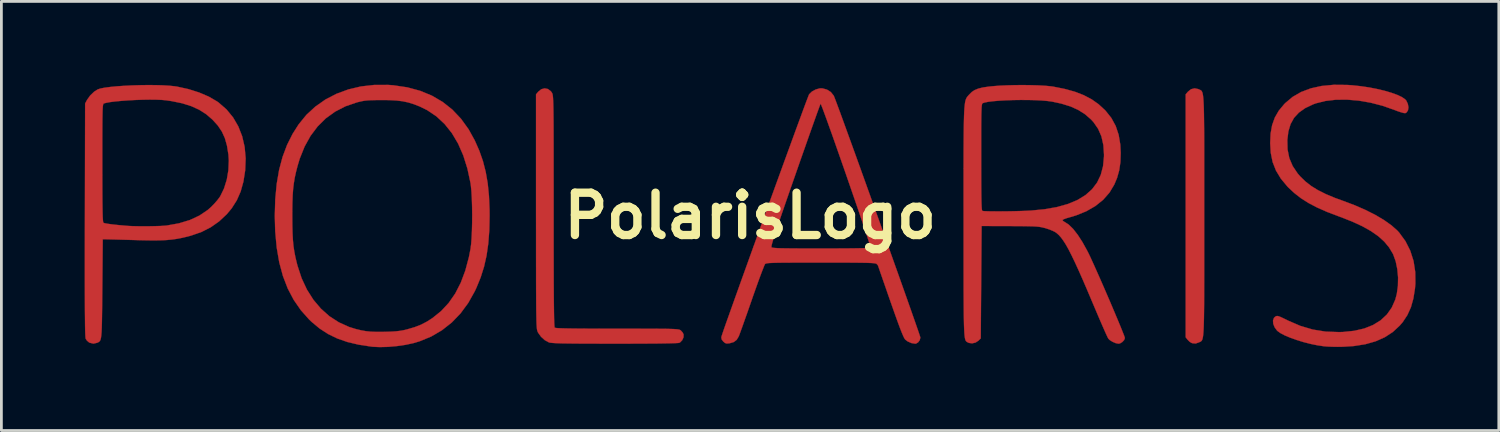
<source format=kicad_pcb>
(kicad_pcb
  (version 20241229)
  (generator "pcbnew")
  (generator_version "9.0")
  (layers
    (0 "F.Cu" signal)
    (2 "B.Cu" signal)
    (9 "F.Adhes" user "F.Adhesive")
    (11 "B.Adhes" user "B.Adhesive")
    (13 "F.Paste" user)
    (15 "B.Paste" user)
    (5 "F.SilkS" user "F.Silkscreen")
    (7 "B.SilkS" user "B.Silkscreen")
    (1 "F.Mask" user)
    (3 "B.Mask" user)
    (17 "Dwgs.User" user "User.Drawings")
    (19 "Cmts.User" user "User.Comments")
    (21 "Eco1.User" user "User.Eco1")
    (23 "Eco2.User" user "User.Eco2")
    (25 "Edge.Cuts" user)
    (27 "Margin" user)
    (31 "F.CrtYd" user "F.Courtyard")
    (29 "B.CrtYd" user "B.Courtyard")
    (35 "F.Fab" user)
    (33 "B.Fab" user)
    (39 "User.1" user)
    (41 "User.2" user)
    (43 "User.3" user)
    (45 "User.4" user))
  (footprint "PolarisLogo"
    (layer "F.Cu")
    (at 23.971 4.725)
    (property "Reference" "PolarisLogo" (at 0 0 0) (layer "F.SilkS") (effects (font (size 1.524 1.524) (thickness 0.3))))
    (attr through_hole)
    (fp_poly (pts (xy 16.137 -4.567) (xy 16.156 -4.558) (xy 16.184 -4.546) (xy 16.208 -4.535) (xy 16.23 -4.523) (xy 16.25 -4.508) (xy 16.267 -4.484) (xy 16.282 -4.451) (xy 16.296 -4.403) (xy 16.307 -4.339) (xy 16.317 -4.255) (xy 16.325 -4.148) (xy 16.332 -4.015) (xy 16.338 -3.852) (xy 16.342 -3.657) (xy 16.345 -3.427) (xy 16.348 -3.157) (xy 16.35 -2.846) (xy 16.351 -2.49) (xy 16.351 -2.085) (xy 16.351 -1.629) (xy 16.351 -1.119) (xy 16.351 -0.551) (xy 16.351 0) (xy 16.351 0.621) (xy 16.351 1.182) (xy 16.351 1.686) (xy 16.351 2.135) (xy 16.35 2.534) (xy 16.349 2.884) (xy 16.348 3.191) (xy 16.345 3.455) (xy 16.342 3.681) (xy 16.337 3.872) (xy 16.332 4.031) (xy 16.325 4.161) (xy 16.317 4.265) (xy 16.307 4.347) (xy 16.295 4.409) (xy 16.282 4.454) (xy 16.267 4.486) (xy 16.249 4.508) (xy 16.23 4.523) (xy 16.208 4.535) (xy 16.184 4.545) (xy 16.162 4.556) (xy 16.043 4.597) (xy 15.931 4.588) (xy 15.887 4.573) (xy 15.821 4.529) (xy 15.754 4.461) (xy 15.752 4.459) (xy 15.684 4.373) (xy 15.684 -4.377) (xy 15.766 -4.473) (xy 15.877 -4.562) (xy 16.005 -4.594) (xy 16.137 -4.567)) (stroke (width 0.01) (type solid)) (fill yes) (layer "F.Cu"))
    (fp_poly (pts (xy -7.286 -4.569) (xy -7.181 -4.489) (xy -7.144 -4.438) (xy -7.135 -4.422) (xy -7.127 -4.403) (xy -7.119 -4.379) (xy -7.113 -4.345) (xy -7.107 -4.299) (xy -7.102 -4.237) (xy -7.098 -4.156) (xy -7.094 -4.053) (xy -7.091 -3.925) (xy -7.088 -3.767) (xy -7.086 -3.577) (xy -7.084 -3.352) (xy -7.083 -3.088) (xy -7.082 -2.782) (xy -7.081 -2.431) (xy -7.081 -2.031) (xy -7.081 -1.579) (xy -7.08 -1.072) (xy -7.08 -0.507) (xy -7.08 -0.173) (xy -7.08 0.457) (xy -7.08 1.027) (xy -7.079 1.538) (xy -7.078 1.993) (xy -7.077 2.395) (xy -7.075 2.746) (xy -7.073 3.048) (xy -7.07 3.304) (xy -7.067 3.517) (xy -7.064 3.69) (xy -7.06 3.823) (xy -7.055 3.921) (xy -7.05 3.986) (xy -7.045 4.02) (xy -7.042 4.026) (xy -7.019 4.034) (xy -6.963 4.041) (xy -6.872 4.046) (xy -6.743 4.051) (xy -6.571 4.055) (xy -6.353 4.058) (xy -6.087 4.061) (xy -5.768 4.062) (xy -5.394 4.064) (xy -4.961 4.064) (xy -4.792 4.064) (xy -4.364 4.064) (xy -3.994 4.064) (xy -3.679 4.065) (xy -3.414 4.066) (xy -3.194 4.067) (xy -3.015 4.069) (xy -2.872 4.072) (xy -2.761 4.076) (xy -2.676 4.081) (xy -2.615 4.087) (xy -2.571 4.095) (xy -2.541 4.103) (xy -2.519 4.114) (xy -2.502 4.126) (xy -2.5 4.127) (xy -2.436 4.198) (xy -2.4 4.27) (xy -2.403 4.373) (xy -2.449 4.477) (xy -2.524 4.555) (xy -2.559 4.573) (xy -2.607 4.579) (xy -2.714 4.584) (xy -2.877 4.589) (xy -3.094 4.593) (xy -3.36 4.597) (xy -3.672 4.599) (xy -4.027 4.601) (xy -4.42 4.602) (xy -4.85 4.602) (xy -4.884 4.602) (xy -5.331 4.602) (xy -5.72 4.601) (xy -6.053 4.6) (xy -6.336 4.598) (xy -6.572 4.595) (xy -6.765 4.592) (xy -6.919 4.588) (xy -7.04 4.582) (xy -7.13 4.576) (xy -7.195 4.569) (xy -7.238 4.561) (xy -7.251 4.557) (xy -7.398 4.477) (xy -7.535 4.353) (xy -7.64 4.206) (xy -7.655 4.175) (xy -7.663 4.155) (xy -7.671 4.131) (xy -7.678 4.099) (xy -7.684 4.056) (xy -7.689 3.999) (xy -7.694 3.925) (xy -7.698 3.83) (xy -7.701 3.711) (xy -7.704 3.565) (xy -7.707 3.388) (xy -7.709 3.178) (xy -7.71 2.931) (xy -7.712 2.643) (xy -7.713 2.312) (xy -7.713 1.934) (xy -7.714 1.506) (xy -7.714 1.024) (xy -7.714 0.486) (xy -7.715 -0.112) (xy -7.715 -0.164) (xy -7.715 -4.377) (xy -7.635 -4.472) (xy -7.526 -4.561) (xy -7.405 -4.593) (xy -7.286 -4.569)) (stroke (width 0.01) (type solid)) (fill yes) (layer "F.Cu"))
    (fp_poly (pts (xy 21.493 -4.716) (xy 21.678 -4.704) (xy 21.986 -4.671) (xy 22.29 -4.626) (xy 22.582 -4.569) (xy 22.854 -4.504) (xy 23.098 -4.432) (xy 23.307 -4.356) (xy 23.473 -4.278) (xy 23.587 -4.199) (xy 23.629 -4.153) (xy 23.686 -4.031) (xy 23.707 -3.909) (xy 23.691 -3.802) (xy 23.64 -3.725) (xy 23.595 -3.7) (xy 23.541 -3.704) (xy 23.443 -3.73) (xy 23.313 -3.773) (xy 23.211 -3.812) (xy 22.783 -3.963) (xy 22.348 -4.076) (xy 21.916 -4.151) (xy 21.494 -4.186) (xy 21.091 -4.183) (xy 20.717 -4.139) (xy 20.379 -4.055) (xy 20.272 -4.016) (xy 19.988 -3.881) (xy 19.761 -3.72) (xy 19.586 -3.53) (xy 19.461 -3.304) (xy 19.382 -3.039) (xy 19.345 -2.731) (xy 19.353 -2.391) (xy 19.416 -2.081) (xy 19.537 -1.795) (xy 19.716 -1.528) (xy 19.81 -1.42) (xy 19.995 -1.24) (xy 20.204 -1.077) (xy 20.445 -0.928) (xy 20.727 -0.786) (xy 21.057 -0.648) (xy 21.352 -0.541) (xy 21.773 -0.382) (xy 22.164 -0.211) (xy 22.52 -0.031) (xy 22.833 0.155) (xy 23.098 0.344) (xy 23.309 0.531) (xy 23.371 0.599) (xy 23.599 0.911) (xy 23.772 1.254) (xy 23.891 1.625) (xy 23.952 2.021) (xy 23.957 2.439) (xy 23.943 2.612) (xy 23.885 2.976) (xy 23.796 3.293) (xy 23.669 3.572) (xy 23.503 3.824) (xy 23.395 3.95) (xy 23.145 4.182) (xy 22.857 4.37) (xy 22.527 4.517) (xy 22.155 4.623) (xy 21.736 4.689) (xy 21.352 4.714) (xy 21.163 4.717) (xy 20.965 4.714) (xy 20.784 4.706) (xy 20.66 4.696) (xy 20.426 4.661) (xy 20.177 4.61) (xy 19.925 4.545) (xy 19.68 4.47) (xy 19.453 4.389) (xy 19.255 4.306) (xy 19.097 4.223) (xy 18.989 4.145) (xy 18.977 4.134) (xy 18.888 4.014) (xy 18.838 3.888) (xy 18.829 3.771) (xy 18.863 3.675) (xy 18.907 3.632) (xy 18.942 3.613) (xy 18.976 3.605) (xy 19.023 3.612) (xy 19.091 3.637) (xy 19.193 3.684) (xy 19.338 3.755) (xy 19.376 3.774) (xy 19.817 3.964) (xy 20.264 4.095) (xy 20.726 4.169) (xy 21.212 4.186) (xy 21.348 4.182) (xy 21.755 4.14) (xy 22.118 4.056) (xy 22.435 3.929) (xy 22.707 3.761) (xy 22.931 3.552) (xy 23.107 3.302) (xy 23.234 3.014) (xy 23.288 2.81) (xy 23.328 2.522) (xy 23.334 2.219) (xy 23.306 1.918) (xy 23.248 1.637) (xy 23.16 1.393) (xy 23.144 1.36) (xy 23.008 1.134) (xy 22.834 0.925) (xy 22.619 0.731) (xy 22.357 0.548) (xy 22.045 0.373) (xy 21.678 0.204) (xy 21.253 0.038) (xy 21.193 0.016) (xy 20.78 -0.141) (xy 20.421 -0.299) (xy 20.11 -0.462) (xy 19.837 -0.635) (xy 19.595 -0.823) (xy 19.374 -1.03) (xy 19.343 -1.063) (xy 19.11 -1.344) (xy 18.936 -1.632) (xy 18.816 -1.938) (xy 18.748 -2.272) (xy 18.727 -2.619) (xy 18.743 -2.967) (xy 18.798 -3.271) (xy 18.895 -3.542) (xy 19.037 -3.788) (xy 19.229 -4.02) (xy 19.272 -4.064) (xy 19.537 -4.286) (xy 19.843 -4.462) (xy 20.191 -4.593) (xy 20.581 -4.679) (xy 21.015 -4.72) (xy 21.493 -4.716)) (stroke (width 0.01) (type solid)) (fill yes) (layer "F.Cu"))
    (fp_poly (pts (xy -12.852 -4.703) (xy -12.351 -4.629) (xy -11.888 -4.504) (xy -11.464 -4.329) (xy -11.077 -4.103) (xy -10.728 -3.826) (xy -10.417 -3.497) (xy -10.143 -3.118) (xy -9.921 -2.716) (xy -9.758 -2.347) (xy -9.627 -1.973) (xy -9.527 -1.584) (xy -9.455 -1.17) (xy -9.41 -0.721) (xy -9.389 -0.226) (xy -9.387 0) (xy -9.398 0.521) (xy -9.434 0.993) (xy -9.496 1.426) (xy -9.587 1.83) (xy -9.708 2.214) (xy -9.862 2.59) (xy -9.921 2.716) (xy -10.158 3.138) (xy -10.435 3.513) (xy -10.751 3.841) (xy -11.104 4.119) (xy -11.49 4.345) (xy -11.907 4.517) (xy -12.13 4.583) (xy -12.416 4.645) (xy -12.727 4.69) (xy -13.042 4.718) (xy -13.341 4.726) (xy -13.604 4.714) (xy -13.637 4.71) (xy -14.097 4.64) (xy -14.507 4.543) (xy -14.873 4.416) (xy -15.205 4.255) (xy -15.51 4.057) (xy -15.797 3.818) (xy -15.886 3.733) (xy -16.185 3.397) (xy -16.442 3.026) (xy -16.657 2.617) (xy -16.83 2.168) (xy -16.963 1.676) (xy -17.055 1.14) (xy -17.109 0.558) (xy -17.124 0) (xy -16.494 0) (xy -16.492 0.333) (xy -16.485 0.616) (xy -16.472 0.859) (xy -16.452 1.077) (xy -16.422 1.28) (xy -16.383 1.482) (xy -16.332 1.695) (xy -16.305 1.799) (xy -16.157 2.248) (xy -15.966 2.656) (xy -15.734 3.022) (xy -15.464 3.341) (xy -15.159 3.613) (xy -14.819 3.833) (xy -14.448 4.001) (xy -14.198 4.078) (xy -14.015 4.122) (xy -13.846 4.152) (xy -13.674 4.17) (xy -13.48 4.178) (xy -13.248 4.178) (xy -13.145 4.176) (xy -12.924 4.169) (xy -12.748 4.157) (xy -12.6 4.139) (xy -12.46 4.113) (xy -12.351 4.086) (xy -12.083 4.007) (xy -11.854 3.918) (xy -11.642 3.807) (xy -11.446 3.681) (xy -11.134 3.43) (xy -10.861 3.136) (xy -10.625 2.797) (xy -10.426 2.409) (xy -10.262 1.972) (xy -10.132 1.484) (xy -10.075 1.191) (xy -10.052 1.016) (xy -10.035 0.791) (xy -10.023 0.53) (xy -10.016 0.244) (xy -10.014 -0.052) (xy -10.018 -0.346) (xy -10.027 -0.625) (xy -10.041 -0.875) (xy -10.061 -1.083) (xy -10.074 -1.18) (xy -10.186 -1.702) (xy -10.335 -2.177) (xy -10.522 -2.604) (xy -10.746 -2.981) (xy -11.007 -3.308) (xy -11.303 -3.584) (xy -11.635 -3.808) (xy -11.909 -3.942) (xy -12.119 -4.024) (xy -12.318 -4.085) (xy -12.519 -4.128) (xy -12.739 -4.155) (xy -12.992 -4.169) (xy -13.271 -4.172) (xy -13.488 -4.17) (xy -13.655 -4.166) (xy -13.786 -4.159) (xy -13.897 -4.147) (xy -14.001 -4.128) (xy -14.111 -4.102) (xy -14.172 -4.086) (xy -14.58 -3.946) (xy -14.952 -3.754) (xy -15.286 -3.513) (xy -15.581 -3.221) (xy -15.837 -2.881) (xy -16.052 -2.493) (xy -16.226 -2.059) (xy -16.304 -1.799) (xy -16.361 -1.577) (xy -16.406 -1.372) (xy -16.439 -1.17) (xy -16.464 -0.961) (xy -16.48 -0.73) (xy -16.49 -0.467) (xy -16.494 -0.158) (xy -16.494 0) (xy -17.124 0) (xy -17.107 -0.6) (xy -17.055 -1.151) (xy -16.968 -1.657) (xy -16.844 -2.124) (xy -16.682 -2.555) (xy -16.48 -2.957) (xy -16.264 -3.296) (xy -15.985 -3.639) (xy -15.661 -3.937) (xy -15.299 -4.191) (xy -14.901 -4.397) (xy -14.472 -4.555) (xy -14.017 -4.662) (xy -13.538 -4.716) (xy -13.041 -4.717) (xy -12.852 -4.703)) (stroke (width 0.01) (type solid)) (fill yes) (layer "F.Cu"))
    (fp_poly (pts (xy -21.418 -4.709) (xy -21.157 -4.702) (xy -20.924 -4.688) (xy -20.727 -4.668) (xy -20.653 -4.657) (xy -20.237 -4.566) (xy -19.851 -4.444) (xy -19.504 -4.296) (xy -19.206 -4.123) (xy -19.143 -4.078) (xy -18.863 -3.834) (xy -18.627 -3.547) (xy -18.439 -3.224) (xy -18.299 -2.868) (xy -18.21 -2.484) (xy -18.173 -2.076) (xy -18.19 -1.65) (xy -18.191 -1.634) (xy -18.254 -1.233) (xy -18.353 -0.878) (xy -18.492 -0.562) (xy -18.674 -0.275) (xy -18.854 -0.059) (xy -19.13 0.199) (xy -19.43 0.41) (xy -19.765 0.58) (xy -20.143 0.712) (xy -20.271 0.746) (xy -20.466 0.792) (xy -20.652 0.828) (xy -20.839 0.854) (xy -21.04 0.872) (xy -21.264 0.881) (xy -21.522 0.884) (xy -21.826 0.879) (xy -22.048 0.874) (xy -22.288 0.867) (xy -22.518 0.861) (xy -22.727 0.855) (xy -22.905 0.85) (xy -23.039 0.847) (xy -23.114 0.845) (xy -23.32 0.841) (xy -23.336 2.619) (xy -23.34 3.011) (xy -23.343 3.344) (xy -23.347 3.623) (xy -23.351 3.854) (xy -23.356 4.041) (xy -23.363 4.19) (xy -23.373 4.304) (xy -23.384 4.39) (xy -23.399 4.452) (xy -23.417 4.495) (xy -23.44 4.524) (xy -23.466 4.544) (xy -23.498 4.56) (xy -23.519 4.57) (xy -23.655 4.601) (xy -23.791 4.569) (xy -23.816 4.556) (xy -23.891 4.492) (xy -23.936 4.422) (xy -23.941 4.392) (xy -23.946 4.326) (xy -23.951 4.223) (xy -23.955 4.082) (xy -23.958 3.898) (xy -23.96 3.671) (xy -23.963 3.399) (xy -23.964 3.077) (xy -23.965 2.706) (xy -23.966 2.282) (xy -23.966 1.803) (xy -23.966 1.266) (xy -23.965 0.671) (xy -23.964 0.143) (xy -23.96 -1.905) (xy -23.336 -1.905) (xy -23.336 -1.471) (xy -23.335 -1.095) (xy -23.334 -0.776) (xy -23.332 -0.508) (xy -23.329 -0.288) (xy -23.326 -0.112) (xy -23.322 0.025) (xy -23.316 0.125) (xy -23.31 0.193) (xy -23.303 0.233) (xy -23.295 0.248) (xy -23.245 0.266) (xy -23.135 0.286) (xy -22.971 0.308) (xy -22.758 0.331) (xy -22.501 0.354) (xy -22.431 0.36) (xy -22.282 0.368) (xy -22.092 0.373) (xy -21.877 0.375) (xy -21.653 0.374) (xy -21.437 0.37) (xy -21.242 0.364) (xy -21.086 0.354) (xy -21.018 0.348) (xy -20.577 0.269) (xy -20.184 0.15) (xy -19.838 -0.011) (xy -19.54 -0.212) (xy -19.422 -0.316) (xy -19.307 -0.433) (xy -19.198 -0.558) (xy -19.112 -0.671) (xy -19.087 -0.709) (xy -18.952 -0.987) (xy -18.853 -1.304) (xy -18.795 -1.642) (xy -18.78 -1.988) (xy -18.794 -2.207) (xy -18.845 -2.526) (xy -18.921 -2.798) (xy -19.03 -3.037) (xy -19.178 -3.256) (xy -19.368 -3.466) (xy -19.594 -3.661) (xy -19.846 -3.822) (xy -20.131 -3.952) (xy -20.458 -4.055) (xy -20.833 -4.132) (xy -21.034 -4.162) (xy -21.197 -4.177) (xy -21.4 -4.185) (xy -21.633 -4.187) (xy -21.884 -4.183) (xy -22.145 -4.174) (xy -22.403 -4.16) (xy -22.649 -4.142) (xy -22.872 -4.121) (xy -23.061 -4.097) (xy -23.205 -4.07) (xy -23.281 -4.048) (xy -23.292 -4.041) (xy -23.301 -4.025) (xy -23.309 -3.996) (xy -23.316 -3.95) (xy -23.321 -3.883) (xy -23.326 -3.789) (xy -23.329 -3.664) (xy -23.332 -3.504) (xy -23.334 -3.304) (xy -23.335 -3.059) (xy -23.336 -2.766) (xy -23.336 -2.419) (xy -23.336 -2.015) (xy -23.336 -1.905) (xy -23.96 -1.905) (xy -23.955 -4.048) (xy -23.887 -4.175) (xy -23.775 -4.333) (xy -23.63 -4.472) (xy -23.503 -4.554) (xy -23.403 -4.587) (xy -23.25 -4.617) (xy -23.051 -4.643) (xy -22.817 -4.666) (xy -22.555 -4.684) (xy -22.275 -4.698) (xy -21.986 -4.707) (xy -21.697 -4.711) (xy -21.418 -4.709)) (stroke (width 0.01) (type solid)) (fill yes) (layer "F.Cu"))
    (fp_poly (pts (xy 2.762 -4.549) (xy 2.904 -4.459) (xy 3.005 -4.333) (xy 3.018 -4.305) (xy 3.044 -4.24) (xy 3.089 -4.122) (xy 3.152 -3.953) (xy 3.231 -3.74) (xy 3.324 -3.485) (xy 3.43 -3.193) (xy 3.548 -2.868) (xy 3.677 -2.513) (xy 3.814 -2.134) (xy 3.958 -1.734) (xy 4.108 -1.317) (xy 4.262 -0.887) (xy 4.42 -0.449) (xy 4.578 -0.006) (xy 4.737 0.437) (xy 4.894 0.876) (xy 5.048 1.308) (xy 5.197 1.727) (xy 5.341 2.131) (xy 5.477 2.514) (xy 5.604 2.873) (xy 5.721 3.204) (xy 5.826 3.503) (xy 5.918 3.765) (xy 5.995 3.986) (xy 6.056 4.162) (xy 6.099 4.29) (xy 6.123 4.365) (xy 6.128 4.384) (xy 6.105 4.477) (xy 6.046 4.556) (xy 5.971 4.6) (xy 5.945 4.604) (xy 5.806 4.581) (xy 5.671 4.522) (xy 5.581 4.453) (xy 5.552 4.411) (xy 5.514 4.334) (xy 5.464 4.217) (xy 5.401 4.058) (xy 5.324 3.851) (xy 5.231 3.594) (xy 5.121 3.282) (xy 5.051 3.084) (xy 4.956 2.813) (xy 4.869 2.56) (xy 4.79 2.334) (xy 4.722 2.138) (xy 4.668 1.981) (xy 4.629 1.867) (xy 4.607 1.804) (xy 4.604 1.792) (xy 4.584 1.765) (xy 4.554 1.733) (xy 4.538 1.722) (xy 4.51 1.714) (xy 4.465 1.706) (xy 4.399 1.7) (xy 4.306 1.695) (xy 4.182 1.691) (xy 4.022 1.688) (xy 3.822 1.686) (xy 3.577 1.684) (xy 3.283 1.683) (xy 2.934 1.683) (xy 2.543 1.683) (xy 2.14 1.683) (xy 1.796 1.683) (xy 1.506 1.684) (xy 1.265 1.685) (xy 1.068 1.687) (xy 0.912 1.69) (xy 0.79 1.694) (xy 0.699 1.698) (xy 0.633 1.704) (xy 0.588 1.712) (xy 0.558 1.72) (xy 0.54 1.731) (xy 0.532 1.738) (xy 0.511 1.78) (xy 0.473 1.875) (xy 0.418 2.016) (xy 0.35 2.197) (xy 0.272 2.411) (xy 0.186 2.652) (xy 0.094 2.912) (xy 0.064 3) (xy -0.03 3.269) (xy -0.119 3.524) (xy -0.202 3.757) (xy -0.274 3.961) (xy -0.335 4.13) (xy -0.38 4.254) (xy -0.409 4.329) (xy -0.413 4.339) (xy -0.488 4.465) (xy -0.592 4.544) (xy -0.739 4.588) (xy -0.752 4.59) (xy -0.844 4.598) (xy -0.907 4.579) (xy -0.97 4.526) (xy -1.029 4.45) (xy -1.041 4.376) (xy -1.037 4.354) (xy -1.023 4.308) (xy -0.989 4.206) (xy -0.937 4.054) (xy -0.867 3.855) (xy -0.781 3.613) (xy -0.681 3.333) (xy -0.569 3.018) (xy -0.445 2.672) (xy -0.312 2.3) (xy -0.17 1.906) (xy -0.022 1.494) (xy 0.116 1.11) (xy 0.762 1.11) (xy 0.765 1.13) (xy 0.765 1.131) (xy 0.782 1.14) (xy 0.818 1.149) (xy 0.878 1.155) (xy 0.967 1.161) (xy 1.09 1.166) (xy 1.25 1.169) (xy 1.453 1.171) (xy 1.704 1.173) (xy 2.006 1.174) (xy 2.365 1.175) (xy 2.558 1.175) (xy 2.982 1.174) (xy 3.35 1.172) (xy 3.662 1.17) (xy 3.916 1.166) (xy 4.112 1.161) (xy 4.247 1.155) (xy 4.32 1.148) (xy 4.334 1.143) (xy 4.327 1.108) (xy 4.301 1.02) (xy 4.258 0.882) (xy 4.199 0.702) (xy 4.126 0.482) (xy 4.042 0.23) (xy 3.947 -0.05) (xy 3.844 -0.353) (xy 3.734 -0.672) (xy 3.619 -1.005) (xy 3.502 -1.343) (xy 3.384 -1.684) (xy 3.266 -2.021) (xy 3.151 -2.349) (xy 3.041 -2.663) (xy 2.937 -2.957) (xy 2.84 -3.227) (xy 2.754 -3.467) (xy 2.679 -3.672) (xy 2.618 -3.837) (xy 2.572 -3.956) (xy 2.544 -4.025) (xy 2.534 -4.039) (xy 2.52 -4.006) (xy 2.487 -3.917) (xy 2.436 -3.778) (xy 2.369 -3.591) (xy 2.287 -3.362) (xy 2.192 -3.095) (xy 2.086 -2.795) (xy 1.97 -2.465) (xy 1.845 -2.111) (xy 1.714 -1.737) (xy 1.619 -1.464) (xy 1.455 -0.994) (xy 1.311 -0.581) (xy 1.187 -0.221) (xy 1.081 0.088) (xy 0.992 0.35) (xy 0.92 0.568) (xy 0.862 0.746) (xy 0.819 0.885) (xy 0.788 0.99) (xy 0.77 1.064) (xy 0.762 1.11) (xy 0.116 1.11) (xy 0.132 1.067) (xy 0.289 0.63) (xy 0.449 0.188) (xy 0.61 -0.257) (xy 0.77 -0.699) (xy 0.928 -1.135) (xy 1.083 -1.56) (xy 1.232 -1.971) (xy 1.375 -2.363) (xy 1.51 -2.733) (xy 1.635 -3.076) (xy 1.75 -3.388) (xy 1.852 -3.665) (xy 1.939 -3.902) (xy 2.012 -4.097) (xy 2.068 -4.244) (xy 2.105 -4.34) (xy 2.122 -4.381) (xy 2.123 -4.381) (xy 2.224 -4.479) (xy 2.361 -4.553) (xy 2.508 -4.593) (xy 2.593 -4.594) (xy 2.762 -4.549)) (stroke (width 0.01) (type solid)) (fill yes) (layer "F.Cu"))
    (fp_poly (pts (xy 10.126 -4.707) (xy 10.398 -4.699) (xy 10.638 -4.685) (xy 10.833 -4.666) (xy 10.906 -4.656) (xy 11.327 -4.572) (xy 11.693 -4.471) (xy 12.013 -4.347) (xy 12.295 -4.199) (xy 12.547 -4.021) (xy 12.775 -3.811) (xy 12.799 -3.786) (xy 13.006 -3.527) (xy 13.163 -3.239) (xy 13.27 -2.919) (xy 13.33 -2.562) (xy 13.344 -2.27) (xy 13.333 -1.936) (xy 13.29 -1.641) (xy 13.213 -1.368) (xy 13.112 -1.127) (xy 12.938 -0.837) (xy 12.711 -0.579) (xy 12.432 -0.355) (xy 12.106 -0.167) (xy 11.735 -0.017) (xy 11.532 0.044) (xy 11.409 0.079) (xy 11.313 0.113) (xy 11.256 0.14) (xy 11.248 0.148) (xy 11.266 0.182) (xy 11.319 0.217) (xy 11.469 0.313) (xy 11.628 0.468) (xy 11.794 0.68) (xy 11.965 0.944) (xy 12.139 1.259) (xy 12.177 1.333) (xy 12.236 1.455) (xy 12.311 1.618) (xy 12.4 1.814) (xy 12.5 2.038) (xy 12.608 2.282) (xy 12.721 2.54) (xy 12.836 2.805) (xy 12.951 3.071) (xy 13.061 3.33) (xy 13.165 3.577) (xy 13.26 3.803) (xy 13.343 4.003) (xy 13.41 4.17) (xy 13.46 4.296) (xy 13.488 4.376) (xy 13.494 4.401) (xy 13.467 4.472) (xy 13.402 4.543) (xy 13.321 4.592) (xy 13.268 4.604) (xy 13.164 4.584) (xy 13.047 4.534) (xy 12.945 4.469) (xy 12.896 4.418) (xy 12.871 4.371) (xy 12.825 4.272) (xy 12.76 4.128) (xy 12.68 3.945) (xy 12.587 3.731) (xy 12.485 3.492) (xy 12.376 3.235) (xy 12.337 3.143) (xy 12.148 2.696) (xy 11.979 2.304) (xy 11.828 1.963) (xy 11.694 1.67) (xy 11.574 1.421) (xy 11.467 1.211) (xy 11.37 1.038) (xy 11.28 0.896) (xy 11.197 0.782) (xy 11.118 0.693) (xy 11.041 0.624) (xy 10.993 0.589) (xy 10.903 0.542) (xy 10.777 0.49) (xy 10.639 0.445) (xy 10.62 0.44) (xy 10.545 0.421) (xy 10.472 0.405) (xy 10.393 0.393) (xy 10.3 0.384) (xy 10.183 0.378) (xy 10.036 0.374) (xy 9.85 0.371) (xy 9.616 0.369) (xy 9.35 0.368) (xy 8.334 0.365) (xy 8.303 4.412) (xy 8.222 4.493) (xy 8.116 4.563) (xy 7.992 4.591) (xy 7.875 4.575) (xy 7.846 4.561) (xy 7.823 4.549) (xy 7.802 4.537) (xy 7.784 4.524) (xy 7.768 4.505) (xy 7.753 4.477) (xy 7.741 4.437) (xy 7.73 4.382) (xy 7.72 4.308) (xy 7.712 4.213) (xy 7.706 4.093) (xy 7.7 3.945) (xy 7.696 3.766) (xy 7.692 3.552) (xy 7.69 3.3) (xy 7.688 3.007) (xy 7.686 2.671) (xy 7.686 2.286) (xy 7.685 1.851) (xy 7.685 1.362) (xy 7.685 0.816) (xy 7.685 0.22) (xy 7.684 -0.393) (xy 7.684 -0.945) (xy 7.684 -1.44) (xy 7.684 -1.882) (xy 7.685 -2.113) (xy 8.319 -2.113) (xy 8.319 -1.699) (xy 8.32 -1.344) (xy 8.321 -1.046) (xy 8.323 -0.798) (xy 8.326 -0.599) (xy 8.33 -0.443) (xy 8.335 -0.328) (xy 8.341 -0.248) (xy 8.349 -0.2) (xy 8.357 -0.181) (xy 8.358 -0.18) (xy 8.41 -0.172) (xy 8.514 -0.167) (xy 8.663 -0.163) (xy 8.845 -0.162) (xy 9.05 -0.162) (xy 9.27 -0.164) (xy 9.493 -0.168) (xy 9.71 -0.174) (xy 9.911 -0.181) (xy 10.085 -0.19) (xy 10.111 -0.191) (xy 10.612 -0.24) (xy 11.059 -0.32) (xy 11.452 -0.431) (xy 11.791 -0.574) (xy 12.077 -0.75) (xy 12.311 -0.959) (xy 12.494 -1.201) (xy 12.626 -1.478) (xy 12.708 -1.79) (xy 12.741 -2.137) (xy 12.742 -2.207) (xy 12.719 -2.554) (xy 12.649 -2.863) (xy 12.53 -3.136) (xy 12.361 -3.379) (xy 12.271 -3.476) (xy 12.057 -3.662) (xy 11.813 -3.816) (xy 11.533 -3.942) (xy 11.207 -4.043) (xy 10.874 -4.115) (xy 10.706 -4.138) (xy 10.498 -4.156) (xy 10.26 -4.168) (xy 10.003 -4.174) (xy 9.734 -4.175) (xy 9.465 -4.171) (xy 9.204 -4.162) (xy 8.962 -4.148) (xy 8.746 -4.13) (xy 8.568 -4.108) (xy 8.437 -4.081) (xy 8.374 -4.059) (xy 8.363 -4.05) (xy 8.353 -4.032) (xy 8.344 -4.001) (xy 8.338 -3.952) (xy 8.332 -3.881) (xy 8.328 -3.781) (xy 8.324 -3.65) (xy 8.322 -3.481) (xy 8.32 -3.271) (xy 8.319 -3.014) (xy 8.319 -2.706) (xy 8.319 -2.341) (xy 8.319 -2.113) (xy 7.685 -2.113) (xy 7.685 -2.273) (xy 7.687 -2.618) (xy 7.689 -2.918) (xy 7.692 -3.178) (xy 7.696 -3.401) (xy 7.701 -3.589) (xy 7.707 -3.747) (xy 7.715 -3.878) (xy 7.725 -3.984) (xy 7.736 -4.069) (xy 7.749 -4.137) (xy 7.765 -4.191) (xy 7.782 -4.233) (xy 7.802 -4.268) (xy 7.824 -4.298) (xy 7.849 -4.327) (xy 7.877 -4.358) (xy 7.888 -4.37) (xy 7.979 -4.461) (xy 8.084 -4.531) (xy 8.215 -4.584) (xy 8.381 -4.625) (xy 8.595 -4.656) (xy 8.731 -4.67) (xy 8.973 -4.689) (xy 9.246 -4.701) (xy 9.538 -4.709) (xy 9.835 -4.711) (xy 10.126 -4.707)) (stroke (width 0.01) (type solid)) (fill yes) (layer "F.Cu"))
    (fp_poly (pts (xy 16.137 -4.567) (xy 16.156 -4.558) (xy 16.184 -4.546) (xy 16.208 -4.535) (xy 16.23 -4.523) (xy 16.25 -4.508) (xy 16.267 -4.484) (xy 16.282 -4.451) (xy 16.296 -4.403) (xy 16.307 -4.339) (xy 16.317 -4.255) (xy 16.325 -4.148) (xy 16.332 -4.015) (xy 16.338 -3.852) (xy 16.342 -3.657) (xy 16.345 -3.427) (xy 16.348 -3.157) (xy 16.35 -2.846) (xy 16.351 -2.49) (xy 16.351 -2.085) (xy 16.351 -1.629) (xy 16.351 -1.119) (xy 16.351 -0.551) (xy 16.351 0) (xy 16.351 0.621) (xy 16.351 1.182) (xy 16.351 1.686) (xy 16.351 2.135) (xy 16.35 2.534) (xy 16.349 2.884) (xy 16.348 3.191) (xy 16.345 3.455) (xy 16.342 3.681) (xy 16.337 3.872) (xy 16.332 4.031) (xy 16.325 4.161) (xy 16.317 4.265) (xy 16.307 4.347) (xy 16.295 4.409) (xy 16.282 4.454) (xy 16.267 4.486) (xy 16.249 4.508) (xy 16.23 4.523) (xy 16.208 4.535) (xy 16.184 4.545) (xy 16.162 4.556) (xy 16.043 4.597) (xy 15.931 4.588) (xy 15.887 4.573) (xy 15.821 4.529) (xy 15.754 4.461) (xy 15.752 4.459) (xy 15.684 4.373) (xy 15.684 -4.377) (xy 15.766 -4.473) (xy 15.877 -4.562) (xy 16.005 -4.594) (xy 16.137 -4.567)) (stroke (width 0.01) (type solid)) (fill yes) (layer "F.Mask"))
    (fp_poly (pts (xy -7.286 -4.569) (xy -7.181 -4.489) (xy -7.144 -4.438) (xy -7.135 -4.422) (xy -7.127 -4.403) (xy -7.119 -4.379) (xy -7.113 -4.345) (xy -7.107 -4.299) (xy -7.102 -4.237) (xy -7.098 -4.156) (xy -7.094 -4.053) (xy -7.091 -3.925) (xy -7.088 -3.767) (xy -7.086 -3.577) (xy -7.084 -3.352) (xy -7.083 -3.088) (xy -7.082 -2.782) (xy -7.081 -2.431) (xy -7.081 -2.031) (xy -7.081 -1.579) (xy -7.08 -1.072) (xy -7.08 -0.507) (xy -7.08 -0.173) (xy -7.08 0.457) (xy -7.08 1.027) (xy -7.079 1.538) (xy -7.078 1.993) (xy -7.077 2.395) (xy -7.075 2.746) (xy -7.073 3.048) (xy -7.07 3.304) (xy -7.067 3.517) (xy -7.064 3.69) (xy -7.06 3.823) (xy -7.055 3.921) (xy -7.05 3.986) (xy -7.045 4.02) (xy -7.042 4.026) (xy -7.019 4.034) (xy -6.963 4.041) (xy -6.872 4.046) (xy -6.743 4.051) (xy -6.571 4.055) (xy -6.353 4.058) (xy -6.087 4.061) (xy -5.768 4.062) (xy -5.394 4.064) (xy -4.961 4.064) (xy -4.792 4.064) (xy -4.364 4.064) (xy -3.994 4.064) (xy -3.679 4.065) (xy -3.414 4.066) (xy -3.194 4.067) (xy -3.015 4.069) (xy -2.872 4.072) (xy -2.761 4.076) (xy -2.676 4.081) (xy -2.615 4.087) (xy -2.571 4.095) (xy -2.541 4.103) (xy -2.519 4.114) (xy -2.502 4.126) (xy -2.5 4.127) (xy -2.436 4.198) (xy -2.4 4.27) (xy -2.403 4.373) (xy -2.449 4.477) (xy -2.524 4.555) (xy -2.559 4.573) (xy -2.607 4.579) (xy -2.714 4.584) (xy -2.877 4.589) (xy -3.094 4.593) (xy -3.36 4.597) (xy -3.672 4.599) (xy -4.027 4.601) (xy -4.42 4.602) (xy -4.85 4.602) (xy -4.884 4.602) (xy -5.331 4.602) (xy -5.72 4.601) (xy -6.053 4.6) (xy -6.336 4.598) (xy -6.572 4.595) (xy -6.765 4.592) (xy -6.919 4.588) (xy -7.04 4.582) (xy -7.13 4.576) (xy -7.195 4.569) (xy -7.238 4.561) (xy -7.251 4.557) (xy -7.398 4.477) (xy -7.535 4.353) (xy -7.64 4.206) (xy -7.655 4.175) (xy -7.663 4.155) (xy -7.671 4.131) (xy -7.678 4.099) (xy -7.684 4.056) (xy -7.689 3.999) (xy -7.694 3.925) (xy -7.698 3.83) (xy -7.701 3.711) (xy -7.704 3.565) (xy -7.707 3.388) (xy -7.709 3.178) (xy -7.71 2.931) (xy -7.712 2.643) (xy -7.713 2.312) (xy -7.713 1.934) (xy -7.714 1.506) (xy -7.714 1.024) (xy -7.714 0.486) (xy -7.715 -0.112) (xy -7.715 -0.164) (xy -7.715 -4.377) (xy -7.635 -4.472) (xy -7.526 -4.561) (xy -7.405 -4.593) (xy -7.286 -4.569)) (stroke (width 0.01) (type solid)) (fill yes) (layer "F.Mask"))
    (fp_poly (pts (xy 21.493 -4.716) (xy 21.678 -4.704) (xy 21.986 -4.671) (xy 22.29 -4.626) (xy 22.582 -4.569) (xy 22.854 -4.504) (xy 23.098 -4.432) (xy 23.307 -4.356) (xy 23.473 -4.278) (xy 23.587 -4.199) (xy 23.629 -4.153) (xy 23.686 -4.031) (xy 23.707 -3.909) (xy 23.691 -3.802) (xy 23.64 -3.725) (xy 23.595 -3.7) (xy 23.541 -3.704) (xy 23.443 -3.73) (xy 23.313 -3.773) (xy 23.211 -3.812) (xy 22.783 -3.963) (xy 22.348 -4.076) (xy 21.916 -4.151) (xy 21.494 -4.186) (xy 21.091 -4.183) (xy 20.717 -4.139) (xy 20.379 -4.055) (xy 20.272 -4.016) (xy 19.988 -3.881) (xy 19.761 -3.72) (xy 19.586 -3.53) (xy 19.461 -3.304) (xy 19.382 -3.039) (xy 19.345 -2.731) (xy 19.353 -2.391) (xy 19.416 -2.081) (xy 19.537 -1.795) (xy 19.716 -1.528) (xy 19.81 -1.42) (xy 19.995 -1.24) (xy 20.204 -1.077) (xy 20.445 -0.928) (xy 20.727 -0.786) (xy 21.057 -0.648) (xy 21.352 -0.541) (xy 21.773 -0.382) (xy 22.164 -0.211) (xy 22.52 -0.031) (xy 22.833 0.155) (xy 23.098 0.344) (xy 23.309 0.531) (xy 23.371 0.599) (xy 23.599 0.911) (xy 23.772 1.254) (xy 23.891 1.625) (xy 23.952 2.021) (xy 23.957 2.439) (xy 23.943 2.612) (xy 23.885 2.976) (xy 23.796 3.293) (xy 23.669 3.572) (xy 23.503 3.824) (xy 23.395 3.95) (xy 23.145 4.182) (xy 22.857 4.37) (xy 22.527 4.517) (xy 22.155 4.623) (xy 21.736 4.689) (xy 21.352 4.714) (xy 21.163 4.717) (xy 20.965 4.714) (xy 20.784 4.706) (xy 20.66 4.696) (xy 20.426 4.661) (xy 20.177 4.61) (xy 19.925 4.545) (xy 19.68 4.47) (xy 19.453 4.389) (xy 19.255 4.306) (xy 19.097 4.223) (xy 18.989 4.145) (xy 18.977 4.134) (xy 18.888 4.014) (xy 18.838 3.888) (xy 18.829 3.771) (xy 18.863 3.675) (xy 18.907 3.632) (xy 18.942 3.613) (xy 18.976 3.605) (xy 19.023 3.612) (xy 19.091 3.637) (xy 19.193 3.684) (xy 19.338 3.755) (xy 19.376 3.774) (xy 19.817 3.964) (xy 20.264 4.095) (xy 20.726 4.169) (xy 21.212 4.186) (xy 21.348 4.182) (xy 21.755 4.14) (xy 22.118 4.056) (xy 22.435 3.929) (xy 22.707 3.761) (xy 22.931 3.552) (xy 23.107 3.302) (xy 23.234 3.014) (xy 23.288 2.81) (xy 23.328 2.522) (xy 23.334 2.219) (xy 23.306 1.918) (xy 23.248 1.637) (xy 23.16 1.393) (xy 23.144 1.36) (xy 23.008 1.134) (xy 22.834 0.925) (xy 22.619 0.731) (xy 22.357 0.548) (xy 22.045 0.373) (xy 21.678 0.204) (xy 21.253 0.038) (xy 21.193 0.016) (xy 20.78 -0.141) (xy 20.421 -0.299) (xy 20.11 -0.462) (xy 19.837 -0.635) (xy 19.595 -0.823) (xy 19.374 -1.03) (xy 19.343 -1.063) (xy 19.11 -1.344) (xy 18.936 -1.632) (xy 18.816 -1.938) (xy 18.748 -2.272) (xy 18.727 -2.619) (xy 18.743 -2.967) (xy 18.798 -3.271) (xy 18.895 -3.542) (xy 19.037 -3.788) (xy 19.229 -4.02) (xy 19.272 -4.064) (xy 19.537 -4.286) (xy 19.843 -4.462) (xy 20.191 -4.593) (xy 20.581 -4.679) (xy 21.015 -4.72) (xy 21.493 -4.716)) (stroke (width 0.01) (type solid)) (fill yes) (layer "F.Mask"))
    (fp_poly (pts (xy -12.852 -4.703) (xy -12.351 -4.629) (xy -11.888 -4.504) (xy -11.464 -4.329) (xy -11.077 -4.103) (xy -10.728 -3.826) (xy -10.417 -3.497) (xy -10.143 -3.118) (xy -9.921 -2.716) (xy -9.758 -2.347) (xy -9.627 -1.973) (xy -9.527 -1.584) (xy -9.455 -1.17) (xy -9.41 -0.721) (xy -9.389 -0.226) (xy -9.387 0) (xy -9.398 0.521) (xy -9.434 0.993) (xy -9.496 1.426) (xy -9.587 1.83) (xy -9.708 2.214) (xy -9.862 2.59) (xy -9.921 2.716) (xy -10.158 3.138) (xy -10.435 3.513) (xy -10.751 3.841) (xy -11.104 4.119) (xy -11.49 4.345) (xy -11.907 4.517) (xy -12.13 4.583) (xy -12.416 4.645) (xy -12.727 4.69) (xy -13.042 4.718) (xy -13.341 4.726) (xy -13.604 4.714) (xy -13.637 4.71) (xy -14.097 4.64) (xy -14.507 4.543) (xy -14.873 4.416) (xy -15.205 4.255) (xy -15.51 4.057) (xy -15.797 3.818) (xy -15.886 3.733) (xy -16.185 3.397) (xy -16.442 3.026) (xy -16.657 2.617) (xy -16.83 2.168) (xy -16.963 1.676) (xy -17.055 1.14) (xy -17.109 0.558) (xy -17.124 0) (xy -16.494 0) (xy -16.492 0.333) (xy -16.485 0.616) (xy -16.472 0.859) (xy -16.452 1.077) (xy -16.422 1.28) (xy -16.383 1.482) (xy -16.332 1.695) (xy -16.305 1.799) (xy -16.157 2.248) (xy -15.966 2.656) (xy -15.734 3.022) (xy -15.464 3.341) (xy -15.159 3.613) (xy -14.819 3.833) (xy -14.448 4.001) (xy -14.198 4.078) (xy -14.015 4.122) (xy -13.846 4.152) (xy -13.674 4.17) (xy -13.48 4.178) (xy -13.248 4.178) (xy -13.145 4.176) (xy -12.924 4.169) (xy -12.748 4.157) (xy -12.6 4.139) (xy -12.46 4.113) (xy -12.351 4.086) (xy -12.083 4.007) (xy -11.854 3.918) (xy -11.642 3.807) (xy -11.446 3.681) (xy -11.134 3.43) (xy -10.861 3.136) (xy -10.625 2.797) (xy -10.426 2.409) (xy -10.262 1.972) (xy -10.132 1.484) (xy -10.075 1.191) (xy -10.052 1.016) (xy -10.035 0.791) (xy -10.023 0.53) (xy -10.016 0.244) (xy -10.014 -0.052) (xy -10.018 -0.346) (xy -10.027 -0.625) (xy -10.041 -0.875) (xy -10.061 -1.083) (xy -10.074 -1.18) (xy -10.186 -1.702) (xy -10.335 -2.177) (xy -10.522 -2.604) (xy -10.746 -2.981) (xy -11.007 -3.308) (xy -11.303 -3.584) (xy -11.635 -3.808) (xy -11.909 -3.942) (xy -12.119 -4.024) (xy -12.318 -4.085) (xy -12.519 -4.128) (xy -12.739 -4.155) (xy -12.992 -4.169) (xy -13.271 -4.172) (xy -13.488 -4.17) (xy -13.655 -4.166) (xy -13.786 -4.159) (xy -13.897 -4.147) (xy -14.001 -4.128) (xy -14.111 -4.102) (xy -14.172 -4.086) (xy -14.58 -3.946) (xy -14.952 -3.754) (xy -15.286 -3.513) (xy -15.581 -3.221) (xy -15.837 -2.881) (xy -16.052 -2.493) (xy -16.226 -2.059) (xy -16.304 -1.799) (xy -16.361 -1.577) (xy -16.406 -1.372) (xy -16.439 -1.17) (xy -16.464 -0.961) (xy -16.48 -0.73) (xy -16.49 -0.467) (xy -16.494 -0.158) (xy -16.494 0) (xy -17.124 0) (xy -17.107 -0.6) (xy -17.055 -1.151) (xy -16.968 -1.657) (xy -16.844 -2.124) (xy -16.682 -2.555) (xy -16.48 -2.957) (xy -16.264 -3.296) (xy -15.985 -3.639) (xy -15.661 -3.937) (xy -15.299 -4.191) (xy -14.901 -4.397) (xy -14.472 -4.555) (xy -14.017 -4.662) (xy -13.538 -4.716) (xy -13.041 -4.717) (xy -12.852 -4.703)) (stroke (width 0.01) (type solid)) (fill yes) (layer "F.Mask"))
    (fp_poly (pts (xy -21.418 -4.709) (xy -21.157 -4.702) (xy -20.924 -4.688) (xy -20.727 -4.668) (xy -20.653 -4.657) (xy -20.237 -4.566) (xy -19.851 -4.444) (xy -19.504 -4.296) (xy -19.206 -4.123) (xy -19.143 -4.078) (xy -18.863 -3.834) (xy -18.627 -3.547) (xy -18.439 -3.224) (xy -18.299 -2.868) (xy -18.21 -2.484) (xy -18.173 -2.076) (xy -18.19 -1.65) (xy -18.191 -1.634) (xy -18.254 -1.233) (xy -18.353 -0.878) (xy -18.492 -0.562) (xy -18.674 -0.275) (xy -18.854 -0.059) (xy -19.13 0.199) (xy -19.43 0.41) (xy -19.765 0.58) (xy -20.143 0.712) (xy -20.271 0.746) (xy -20.466 0.792) (xy -20.652 0.828) (xy -20.839 0.854) (xy -21.04 0.872) (xy -21.264 0.881) (xy -21.522 0.884) (xy -21.826 0.879) (xy -22.048 0.874) (xy -22.288 0.867) (xy -22.518 0.861) (xy -22.727 0.855) (xy -22.905 0.85) (xy -23.039 0.847) (xy -23.114 0.845) (xy -23.32 0.841) (xy -23.336 2.619) (xy -23.34 3.011) (xy -23.343 3.344) (xy -23.347 3.623) (xy -23.351 3.854) (xy -23.356 4.041) (xy -23.363 4.19) (xy -23.373 4.304) (xy -23.384 4.39) (xy -23.399 4.452) (xy -23.417 4.495) (xy -23.44 4.524) (xy -23.466 4.544) (xy -23.498 4.56) (xy -23.519 4.57) (xy -23.655 4.601) (xy -23.791 4.569) (xy -23.816 4.556) (xy -23.891 4.492) (xy -23.936 4.422) (xy -23.941 4.392) (xy -23.946 4.326) (xy -23.951 4.223) (xy -23.955 4.082) (xy -23.958 3.898) (xy -23.96 3.671) (xy -23.963 3.399) (xy -23.964 3.077) (xy -23.965 2.706) (xy -23.966 2.282) (xy -23.966 1.803) (xy -23.966 1.266) (xy -23.965 0.671) (xy -23.964 0.143) (xy -23.96 -1.905) (xy -23.336 -1.905) (xy -23.336 -1.471) (xy -23.335 -1.095) (xy -23.334 -0.776) (xy -23.332 -0.508) (xy -23.329 -0.288) (xy -23.326 -0.112) (xy -23.322 0.025) (xy -23.316 0.125) (xy -23.31 0.193) (xy -23.303 0.233) (xy -23.295 0.248) (xy -23.245 0.266) (xy -23.135 0.286) (xy -22.971 0.308) (xy -22.758 0.331) (xy -22.501 0.354) (xy -22.431 0.36) (xy -22.282 0.368) (xy -22.092 0.373) (xy -21.877 0.375) (xy -21.653 0.374) (xy -21.437 0.37) (xy -21.242 0.364) (xy -21.086 0.354) (xy -21.018 0.348) (xy -20.577 0.269) (xy -20.184 0.15) (xy -19.838 -0.011) (xy -19.54 -0.212) (xy -19.422 -0.316) (xy -19.307 -0.433) (xy -19.198 -0.558) (xy -19.112 -0.671) (xy -19.087 -0.709) (xy -18.952 -0.987) (xy -18.853 -1.304) (xy -18.795 -1.642) (xy -18.78 -1.988) (xy -18.794 -2.207) (xy -18.845 -2.526) (xy -18.921 -2.798) (xy -19.03 -3.037) (xy -19.178 -3.256) (xy -19.368 -3.466) (xy -19.594 -3.661) (xy -19.846 -3.822) (xy -20.131 -3.952) (xy -20.458 -4.055) (xy -20.833 -4.132) (xy -21.034 -4.162) (xy -21.197 -4.177) (xy -21.4 -4.185) (xy -21.633 -4.187) (xy -21.884 -4.183) (xy -22.145 -4.174) (xy -22.403 -4.16) (xy -22.649 -4.142) (xy -22.872 -4.121) (xy -23.061 -4.097) (xy -23.205 -4.07) (xy -23.281 -4.048) (xy -23.292 -4.041) (xy -23.301 -4.025) (xy -23.309 -3.996) (xy -23.316 -3.95) (xy -23.321 -3.883) (xy -23.326 -3.789) (xy -23.329 -3.664) (xy -23.332 -3.504) (xy -23.334 -3.304) (xy -23.335 -3.059) (xy -23.336 -2.766) (xy -23.336 -2.419) (xy -23.336 -2.015) (xy -23.336 -1.905) (xy -23.96 -1.905) (xy -23.955 -4.048) (xy -23.887 -4.175) (xy -23.775 -4.333) (xy -23.63 -4.472) (xy -23.503 -4.554) (xy -23.403 -4.587) (xy -23.25 -4.617) (xy -23.051 -4.643) (xy -22.817 -4.666) (xy -22.555 -4.684) (xy -22.275 -4.698) (xy -21.986 -4.707) (xy -21.697 -4.711) (xy -21.418 -4.709)) (stroke (width 0.01) (type solid)) (fill yes) (layer "F.Mask"))
    (fp_poly (pts (xy 2.762 -4.549) (xy 2.904 -4.459) (xy 3.005 -4.333) (xy 3.018 -4.305) (xy 3.044 -4.24) (xy 3.089 -4.122) (xy 3.152 -3.953) (xy 3.231 -3.74) (xy 3.324 -3.485) (xy 3.43 -3.193) (xy 3.548 -2.868) (xy 3.677 -2.513) (xy 3.814 -2.134) (xy 3.958 -1.734) (xy 4.108 -1.317) (xy 4.262 -0.887) (xy 4.42 -0.449) (xy 4.578 -0.006) (xy 4.737 0.437) (xy 4.894 0.876) (xy 5.048 1.308) (xy 5.197 1.727) (xy 5.341 2.131) (xy 5.477 2.514) (xy 5.604 2.873) (xy 5.721 3.204) (xy 5.826 3.503) (xy 5.918 3.765) (xy 5.995 3.986) (xy 6.056 4.162) (xy 6.099 4.29) (xy 6.123 4.365) (xy 6.128 4.384) (xy 6.105 4.477) (xy 6.046 4.556) (xy 5.971 4.6) (xy 5.945 4.604) (xy 5.806 4.581) (xy 5.671 4.522) (xy 5.581 4.453) (xy 5.552 4.411) (xy 5.514 4.334) (xy 5.464 4.217) (xy 5.401 4.058) (xy 5.324 3.851) (xy 5.231 3.594) (xy 5.121 3.282) (xy 5.051 3.084) (xy 4.956 2.813) (xy 4.869 2.56) (xy 4.79 2.334) (xy 4.722 2.138) (xy 4.668 1.981) (xy 4.629 1.867) (xy 4.607 1.804) (xy 4.604 1.792) (xy 4.584 1.765) (xy 4.554 1.733) (xy 4.538 1.722) (xy 4.51 1.714) (xy 4.465 1.706) (xy 4.399 1.7) (xy 4.306 1.695) (xy 4.182 1.691) (xy 4.022 1.688) (xy 3.822 1.686) (xy 3.577 1.684) (xy 3.283 1.683) (xy 2.934 1.683) (xy 2.543 1.683) (xy 2.14 1.683) (xy 1.796 1.683) (xy 1.506 1.684) (xy 1.265 1.685) (xy 1.068 1.687) (xy 0.912 1.69) (xy 0.79 1.694) (xy 0.699 1.698) (xy 0.633 1.704) (xy 0.588 1.712) (xy 0.558 1.72) (xy 0.54 1.731) (xy 0.532 1.738) (xy 0.511 1.78) (xy 0.473 1.875) (xy 0.418 2.016) (xy 0.35 2.197) (xy 0.272 2.411) (xy 0.186 2.652) (xy 0.094 2.912) (xy 0.064 3) (xy -0.03 3.269) (xy -0.119 3.524) (xy -0.202 3.757) (xy -0.274 3.961) (xy -0.335 4.13) (xy -0.38 4.254) (xy -0.409 4.329) (xy -0.413 4.339) (xy -0.488 4.465) (xy -0.592 4.544) (xy -0.739 4.588) (xy -0.752 4.59) (xy -0.844 4.598) (xy -0.907 4.579) (xy -0.97 4.526) (xy -1.029 4.45) (xy -1.041 4.376) (xy -1.037 4.354) (xy -1.023 4.308) (xy -0.989 4.206) (xy -0.937 4.054) (xy -0.867 3.855) (xy -0.781 3.613) (xy -0.681 3.333) (xy -0.569 3.018) (xy -0.445 2.672) (xy -0.312 2.3) (xy -0.17 1.906) (xy -0.022 1.494) (xy 0.116 1.11) (xy 0.762 1.11) (xy 0.765 1.13) (xy 0.765 1.131) (xy 0.782 1.14) (xy 0.818 1.149) (xy 0.878 1.155) (xy 0.967 1.161) (xy 1.09 1.166) (xy 1.25 1.169) (xy 1.453 1.171) (xy 1.704 1.173) (xy 2.006 1.174) (xy 2.365 1.175) (xy 2.558 1.175) (xy 2.982 1.174) (xy 3.35 1.172) (xy 3.662 1.17) (xy 3.916 1.166) (xy 4.112 1.161) (xy 4.247 1.155) (xy 4.32 1.148) (xy 4.334 1.143) (xy 4.327 1.108) (xy 4.301 1.02) (xy 4.258 0.882) (xy 4.199 0.702) (xy 4.126 0.482) (xy 4.042 0.23) (xy 3.947 -0.05) (xy 3.844 -0.353) (xy 3.734 -0.672) (xy 3.619 -1.005) (xy 3.502 -1.343) (xy 3.384 -1.684) (xy 3.266 -2.021) (xy 3.151 -2.349) (xy 3.041 -2.663) (xy 2.937 -2.957) (xy 2.84 -3.227) (xy 2.754 -3.467) (xy 2.679 -3.672) (xy 2.618 -3.837) (xy 2.572 -3.956) (xy 2.544 -4.025) (xy 2.534 -4.039) (xy 2.52 -4.006) (xy 2.487 -3.917) (xy 2.436 -3.778) (xy 2.369 -3.591) (xy 2.287 -3.362) (xy 2.192 -3.095) (xy 2.086 -2.795) (xy 1.97 -2.465) (xy 1.845 -2.111) (xy 1.714 -1.737) (xy 1.619 -1.464) (xy 1.455 -0.994) (xy 1.311 -0.581) (xy 1.187 -0.221) (xy 1.081 0.088) (xy 0.992 0.35) (xy 0.92 0.568) (xy 0.862 0.746) (xy 0.819 0.885) (xy 0.788 0.99) (xy 0.77 1.064) (xy 0.762 1.11) (xy 0.116 1.11) (xy 0.132 1.067) (xy 0.289 0.63) (xy 0.449 0.188) (xy 0.61 -0.257) (xy 0.77 -0.699) (xy 0.928 -1.135) (xy 1.083 -1.56) (xy 1.232 -1.971) (xy 1.375 -2.363) (xy 1.51 -2.733) (xy 1.635 -3.076) (xy 1.75 -3.388) (xy 1.852 -3.665) (xy 1.939 -3.902) (xy 2.012 -4.097) (xy 2.068 -4.244) (xy 2.105 -4.34) (xy 2.122 -4.381) (xy 2.123 -4.381) (xy 2.224 -4.479) (xy 2.361 -4.553) (xy 2.508 -4.593) (xy 2.593 -4.594) (xy 2.762 -4.549)) (stroke (width 0.01) (type solid)) (fill yes) (layer "F.Mask"))
    (fp_poly (pts (xy 10.126 -4.707) (xy 10.398 -4.699) (xy 10.638 -4.685) (xy 10.833 -4.666) (xy 10.906 -4.656) (xy 11.327 -4.572) (xy 11.693 -4.471) (xy 12.013 -4.347) (xy 12.295 -4.199) (xy 12.547 -4.021) (xy 12.775 -3.811) (xy 12.799 -3.786) (xy 13.006 -3.527) (xy 13.163 -3.239) (xy 13.27 -2.919) (xy 13.33 -2.562) (xy 13.344 -2.27) (xy 13.333 -1.936) (xy 13.29 -1.641) (xy 13.213 -1.368) (xy 13.112 -1.127) (xy 12.938 -0.837) (xy 12.711 -0.579) (xy 12.432 -0.355) (xy 12.106 -0.167) (xy 11.735 -0.017) (xy 11.532 0.044) (xy 11.409 0.079) (xy 11.313 0.113) (xy 11.256 0.14) (xy 11.248 0.148) (xy 11.266 0.182) (xy 11.319 0.217) (xy 11.469 0.313) (xy 11.628 0.468) (xy 11.794 0.68) (xy 11.965 0.944) (xy 12.139 1.259) (xy 12.177 1.333) (xy 12.236 1.455) (xy 12.311 1.618) (xy 12.4 1.814) (xy 12.5 2.038) (xy 12.608 2.282) (xy 12.721 2.54) (xy 12.836 2.805) (xy 12.951 3.071) (xy 13.061 3.33) (xy 13.165 3.577) (xy 13.26 3.803) (xy 13.343 4.003) (xy 13.41 4.17) (xy 13.46 4.296) (xy 13.488 4.376) (xy 13.494 4.401) (xy 13.467 4.472) (xy 13.402 4.543) (xy 13.321 4.592) (xy 13.268 4.604) (xy 13.164 4.584) (xy 13.047 4.534) (xy 12.945 4.469) (xy 12.896 4.418) (xy 12.871 4.371) (xy 12.825 4.272) (xy 12.76 4.128) (xy 12.68 3.945) (xy 12.587 3.731) (xy 12.485 3.492) (xy 12.376 3.235) (xy 12.337 3.143) (xy 12.148 2.696) (xy 11.979 2.304) (xy 11.828 1.963) (xy 11.694 1.67) (xy 11.574 1.421) (xy 11.467 1.211) (xy 11.37 1.038) (xy 11.28 0.896) (xy 11.197 0.782) (xy 11.118 0.693) (xy 11.041 0.624) (xy 10.993 0.589) (xy 10.903 0.542) (xy 10.777 0.49) (xy 10.639 0.445) (xy 10.62 0.44) (xy 10.545 0.421) (xy 10.472 0.405) (xy 10.393 0.393) (xy 10.3 0.384) (xy 10.183 0.378) (xy 10.036 0.374) (xy 9.85 0.371) (xy 9.616 0.369) (xy 9.35 0.368) (xy 8.334 0.365) (xy 8.303 4.412) (xy 8.222 4.493) (xy 8.116 4.563) (xy 7.992 4.591) (xy 7.875 4.575) (xy 7.846 4.561) (xy 7.823 4.549) (xy 7.802 4.537) (xy 7.784 4.524) (xy 7.768 4.505) (xy 7.753 4.477) (xy 7.741 4.437) (xy 7.73 4.382) (xy 7.72 4.308) (xy 7.712 4.213) (xy 7.706 4.093) (xy 7.7 3.945) (xy 7.696 3.766) (xy 7.692 3.552) (xy 7.69 3.3) (xy 7.688 3.007) (xy 7.686 2.671) (xy 7.686 2.286) (xy 7.685 1.851) (xy 7.685 1.362) (xy 7.685 0.816) (xy 7.685 0.22) (xy 7.684 -0.393) (xy 7.684 -0.945) (xy 7.684 -1.44) (xy 7.684 -1.882) (xy 7.685 -2.113) (xy 8.319 -2.113) (xy 8.319 -1.699) (xy 8.32 -1.344) (xy 8.321 -1.046) (xy 8.323 -0.798) (xy 8.326 -0.599) (xy 8.33 -0.443) (xy 8.335 -0.328) (xy 8.341 -0.248) (xy 8.349 -0.2) (xy 8.357 -0.181) (xy 8.358 -0.18) (xy 8.41 -0.172) (xy 8.514 -0.167) (xy 8.663 -0.163) (xy 8.845 -0.162) (xy 9.05 -0.162) (xy 9.27 -0.164) (xy 9.493 -0.168) (xy 9.71 -0.174) (xy 9.911 -0.181) (xy 10.085 -0.19) (xy 10.111 -0.191) (xy 10.612 -0.24) (xy 11.059 -0.32) (xy 11.452 -0.431) (xy 11.791 -0.574) (xy 12.077 -0.75) (xy 12.311 -0.959) (xy 12.494 -1.201) (xy 12.626 -1.478) (xy 12.708 -1.79) (xy 12.741 -2.137) (xy 12.742 -2.207) (xy 12.719 -2.554) (xy 12.649 -2.863) (xy 12.53 -3.136) (xy 12.361 -3.379) (xy 12.271 -3.476) (xy 12.057 -3.662) (xy 11.813 -3.816) (xy 11.533 -3.942) (xy 11.207 -4.043) (xy 10.874 -4.115) (xy 10.706 -4.138) (xy 10.498 -4.156) (xy 10.26 -4.168) (xy 10.003 -4.174) (xy 9.734 -4.175) (xy 9.465 -4.171) (xy 9.204 -4.162) (xy 8.962 -4.148) (xy 8.746 -4.13) (xy 8.568 -4.108) (xy 8.437 -4.081) (xy 8.374 -4.059) (xy 8.363 -4.05) (xy 8.353 -4.032) (xy 8.344 -4.001) (xy 8.338 -3.952) (xy 8.332 -3.881) (xy 8.328 -3.781) (xy 8.324 -3.65) (xy 8.322 -3.481) (xy 8.32 -3.271) (xy 8.319 -3.014) (xy 8.319 -2.706) (xy 8.319 -2.341) (xy 8.319 -2.113) (xy 7.685 -2.113) (xy 7.685 -2.273) (xy 7.687 -2.618) (xy 7.689 -2.918) (xy 7.692 -3.178) (xy 7.696 -3.401) (xy 7.701 -3.589) (xy 7.707 -3.747) (xy 7.715 -3.878) (xy 7.725 -3.984) (xy 7.736 -4.069) (xy 7.749 -4.137) (xy 7.765 -4.191) (xy 7.782 -4.233) (xy 7.802 -4.268) (xy 7.824 -4.298) (xy 7.849 -4.327) (xy 7.877 -4.358) (xy 7.888 -4.37) (xy 7.979 -4.461) (xy 8.084 -4.531) (xy 8.215 -4.584) (xy 8.381 -4.625) (xy 8.595 -4.656) (xy 8.731 -4.67) (xy 8.973 -4.689) (xy 9.246 -4.701) (xy 9.538 -4.709) (xy 9.835 -4.711) (xy 10.126 -4.707)) (stroke (width 0.01) (type solid)) (fill yes) (layer "F.Mask")))
  (gr_rect
    (start -3 -3)
    (end 50.933 12.456)
    (stroke (width 0.1) (type default))
    (fill no)
    (layer "Edge.Cuts")))
</source>
